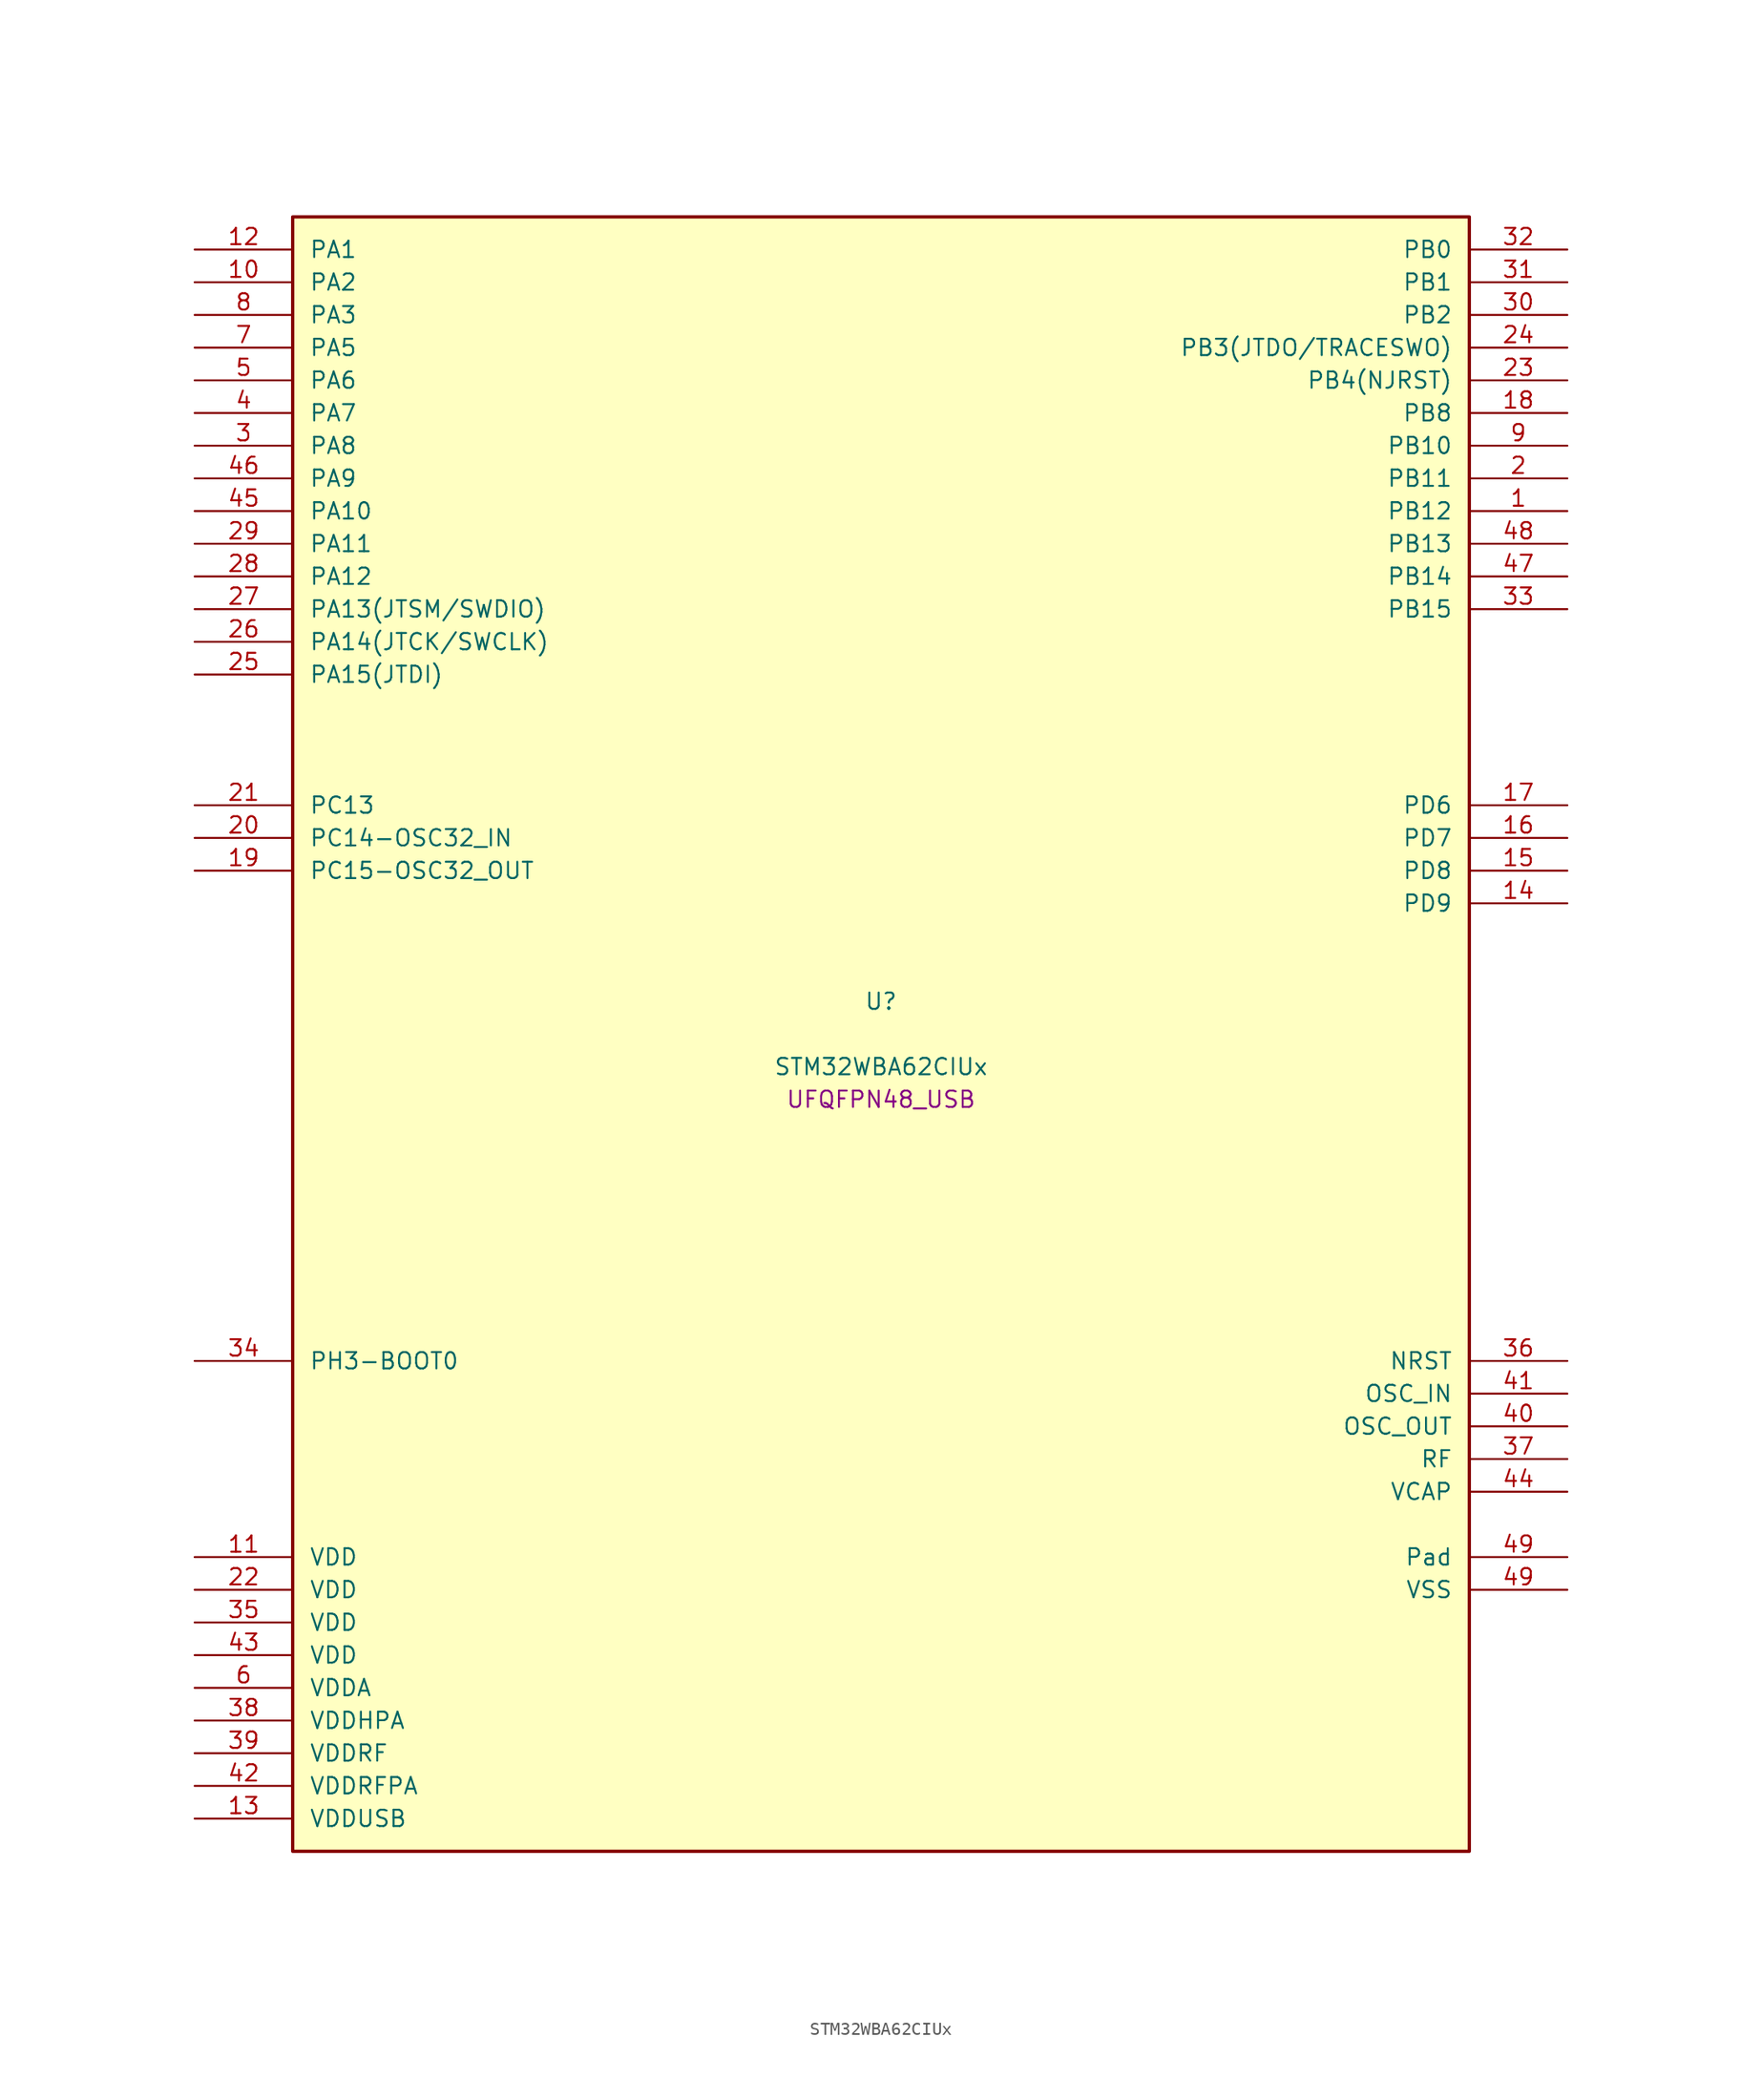
<source format=kicad_sym>
(kicad_symbol_lib
  (version 20241209)
  (generator "stm32_pkl_generator")
  (generator_version "1.0")
  (symbol "STM32WBA62CIUx"
    (pin_names
      (offset 1.27))
    (property "Reference" "U"
      (at 0 2.54 0))
    (property "Value" "STM32WBA62CIUx"
      (at 0 -2.54 0))
    (property "Footprint" "UFQFPN48_USB"
      (at 0 -5.08 0))
    (symbol "STM32WBA62CIUx_1_1"
      (rectangle (start -45.72 63.5) (end 45.72 -63.5) (stroke (width 0.254) (type solid)) (fill (type background)))
      (pin bidirectional line (at -53.34 60.96 0) (length 7.62) (name "PA1") (number "12") (alternate "PA1/ADC4_IN8" bidirectional line) (alternate "PA1/COMP1_INM" bidirectional line) (alternate "PA1/LPTIM2_CH2" bidirectional line) (alternate "PA1/LPUART1_RX" bidirectional line) (alternate "PA1/PWR_WKUP3" bidirectional line) (alternate "PA1/SAI1_CK1" bidirectional line) (alternate "PA1/SPI1_RDY" bidirectional line) (alternate "PA1/SPI3_MISO" bidirectional line) (alternate "PA1/TIM17_CH1" bidirectional line) (alternate "PA1/TIM1_CH1N" bidirectional line) (alternate "PA1/TIM3_CH2" bidirectional line) (alternate "PA1/TSC_G2_IO1" bidirectional line) (alternate "PA1/USART1_CK" bidirectional line))
      (pin bidirectional line (at -53.34 58.42 0) (length 7.62) (name "PA2") (number "10") (alternate "PA2/ADC4_IN7" bidirectional line) (alternate "PA2/COMP1_INP" bidirectional line) (alternate "PA2/LPUART1_TX" bidirectional line) (alternate "PA2/PWR_WKUP4" bidirectional line) (alternate "PA2/RCC_LSCO" bidirectional line) (alternate "PA2/SAI1_D1" bidirectional line) (alternate "PA2/TIM16_CH1" bidirectional line) (alternate "PA2/TIM1_BKIN" bidirectional line) (alternate "PA2/TIM3_CH1" bidirectional line) (alternate "PA2/TSC_G4_IO4" bidirectional line) (alternate "PA2/USART1_DE" bidirectional line) (alternate "PA2/USART1_RTS" bidirectional line))
      (pin bidirectional line (at -53.34 55.88 0) (length 7.62) (name "PA3") (number "8") (alternate "PA3/ADC4_IN6" bidirectional line) (alternate "PA3/PWR_WKUP5" bidirectional line) (alternate "PA3/TIM16_CH1N" bidirectional line) (alternate "PA3/TSC_G4_IO2" bidirectional line) (alternate "PA3/USART1_DE" bidirectional line) (alternate "PA3/USART1_RTS" bidirectional line))
      (pin bidirectional line (at -53.34 53.34 0) (length 7.62) (name "PA5") (number "7") (alternate "PA5/ADC4_IN4" bidirectional line) (alternate "PA5/AUDIOCLK" bidirectional line) (alternate "PA5/LPTIM2_ETR" bidirectional line) (alternate "PA5/PWR_CSLEEP" bidirectional line) (alternate "PA5/PWR_WKUP6" bidirectional line) (alternate "PA5/SAI1_D2" bidirectional line) (alternate "PA5/SPI3_NSS" bidirectional line) (alternate "PA5/TIM2_CH1" bidirectional line) (alternate "PA5/TIM2_ETR" bidirectional line) (alternate "PA5/TSC_G1_IO4" bidirectional line) (alternate "PA5/USART1_CK" bidirectional line) (alternate "PA5/USART3_RX" bidirectional line))
      (pin bidirectional line (at -53.34 50.8 0) (length 7.62) (name "PA6") (number "5") (alternate "PA6/ADC4_IN3" bidirectional line) (alternate "PA6/I2C3_SCL" bidirectional line) (alternate "PA6/PWR_CSTOP" bidirectional line) (alternate "PA6/PWR_WKUP7" bidirectional line) (alternate "PA6/SAI1_CK2" bidirectional line) (alternate "PA6/SAI1_MCLK_A" bidirectional line) (alternate "PA6/SPI3_RDY" bidirectional line) (alternate "PA6/TIM2_CH4" bidirectional line) (alternate "PA6/TSC_G1_IO3" bidirectional line) (alternate "PA6/USART1_DE" bidirectional line) (alternate "PA6/USART1_RTS" bidirectional line) (alternate "PA6/USART3_CTS" bidirectional line))
      (pin bidirectional line (at -53.34 48.26 0) (length 7.62) (name "PA7") (number "4") (alternate "PA7/ADC4_IN2" bidirectional line) (alternate "PA7/COMP1_OUT" bidirectional line) (alternate "PA7/I2C3_SDA" bidirectional line) (alternate "PA7/PWR_WKUP8" bidirectional line) (alternate "PA7/SAI1_SCK_A" bidirectional line) (alternate "PA7/SPI3_SCK" bidirectional line) (alternate "PA7/TAMP_IN1" bidirectional line) (alternate "PA7/TAMP_OUT2" bidirectional line) (alternate "PA7/TIM2_CH3" bidirectional line) (alternate "PA7/TSC_G1_IO2" bidirectional line) (alternate "PA7/USART1_CTS" bidirectional line) (alternate "PA7/USART3_TX" bidirectional line))
      (pin bidirectional line (at -53.34 45.72 0) (length 7.62) (name "PA8") (number "3") (alternate "PA8/ADC4_IN1" bidirectional line) (alternate "PA8/LPTIM1_CH2" bidirectional line) (alternate "PA8/RCC_MCO" bidirectional line) (alternate "PA8/SAI1_FS_A" bidirectional line) (alternate "PA8/SPI3_RDY" bidirectional line) (alternate "PA8/TIM2_CH2" bidirectional line) (alternate "PA8/TSC_G1_IO1" bidirectional line) (alternate "PA8/USART1_RX" bidirectional line) (alternate "PA8/USB_OTG_HS_SOF" bidirectional line))
      (pin bidirectional line (at -53.34 43.18 0) (length 7.62) (name "PA9") (number "46") (alternate "PA9/LPUART1_DE" bidirectional line) (alternate "PA9/LPUART1_RTS" bidirectional line) (alternate "PA9/SAI1_CK1" bidirectional line) (alternate "PA9/TIM3_CH2" bidirectional line))
      (pin bidirectional line (at -53.34 40.64 0) (length 7.62) (name "PA10") (number "45") (alternate "PA10/LPUART1_RX" bidirectional line) (alternate "PA10/SAI1_D1" bidirectional line) (alternate "PA10/TIM3_CH1" bidirectional line))
      (pin bidirectional line (at -53.34 38.1 0) (length 7.62) (name "PA11") (number "29") (alternate "PA11/LPTIM2_CH1" bidirectional line) (alternate "PA11/RF_ANTSW1" bidirectional line) (alternate "PA11/TIM1_CH1" bidirectional line) (alternate "PA11/USART2_RX" bidirectional line))
      (pin bidirectional line (at -53.34 35.56 0) (length 7.62) (name "PA12") (number "28") (alternate "PA12/PTA_STATUS" bidirectional line) (alternate "PA12/PWR_WKUP6" bidirectional line) (alternate "PA12/RF_ANTSW0" bidirectional line) (alternate "PA12/SPI1_NSS" bidirectional line) (alternate "PA12/TIM1_CH2" bidirectional line) (alternate "PA12/TSC_G3_IO4" bidirectional line) (alternate "PA12/USART2_TX" bidirectional line))
      (pin bidirectional line (at -53.34 33.02 0) (length 7.62) (name "PA13(JTSM/SWDIO)") (number "27") (alternate "PA13(JTSM/SWDIO)/DEBUG_JTMS-SWDIO" bidirectional line) (alternate "PA13(JTSM/SWDIO)/PTA_PRIORITY" bidirectional line))
      (pin bidirectional line (at -53.34 30.48 0) (length 7.62) (name "PA14(JTCK/SWCLK)") (number "26") (alternate "PA14(JTCK/SWCLK)/DEBUG_JTCK-SWCLK" bidirectional line) (alternate "PA14(JTCK/SWCLK)/I2C4_SMBA" bidirectional line) (alternate "PA14(JTCK/SWCLK)/PTA_STATUS" bidirectional line) (alternate "PA14(JTCK/SWCLK)/TAMP_IN3" bidirectional line) (alternate "PA14(JTCK/SWCLK)/TAMP_OUT6" bidirectional line) (alternate "PA14(JTCK/SWCLK)/USART2_TX" bidirectional line) (alternate "PA14(JTCK/SWCLK)/USB_OTG_HS_SOF" bidirectional line))
      (pin bidirectional line (at -53.34 27.94 0) (length 7.62) (name "PA15(JTDI)") (number "25") (alternate "PA15(JTDI)/ADC4_EXTI15" bidirectional line) (alternate "PA15(JTDI)/DEBUG_JTDI" bidirectional line) (alternate "PA15(JTDI)/I2C1_SCL" bidirectional line) (alternate "PA15(JTDI)/LPTIM1_CH2" bidirectional line) (alternate "PA15(JTDI)/PTA_STATUS" bidirectional line) (alternate "PA15(JTDI)/SPI1_MOSI" bidirectional line) (alternate "PA15(JTDI)/TIM17_BKIN" bidirectional line) (alternate "PA15(JTDI)/TIM1_ETR" bidirectional line) (alternate "PA15(JTDI)/TSC_G3_IO3" bidirectional line) (alternate "PA15(JTDI)/USART2_DE" bidirectional line) (alternate "PA15(JTDI)/USART2_RTS" bidirectional line) (alternate "PA15(JTDI)/USART3_DE" bidirectional line) (alternate "PA15(JTDI)/USART3_RTS" bidirectional line))
      (pin bidirectional line (at 53.34 60.96 180) (length 7.62) (name "PB0") (number "32") (alternate "PB0/LPTIM2_IN2" bidirectional line) (alternate "PB0/TIM1_CH3N" bidirectional line) (alternate "PB0/USART2_TX" bidirectional line) (alternate "PB0/USART3_CK" bidirectional line))
      (pin bidirectional line (at 53.34 58.42 180) (length 7.62) (name "PB1") (number "31") (alternate "PB1/I2C1_SDA" bidirectional line) (alternate "PB1/I2C3_SDA" bidirectional line) (alternate "PB1/PWR_WKUP4" bidirectional line) (alternate "PB1/TIM1_CH2N" bidirectional line) (alternate "PB1/USART2_DE" bidirectional line) (alternate "PB1/USART2_RTS" bidirectional line) (alternate "PB1/USART3_DE" bidirectional line) (alternate "PB1/USART3_RTS" bidirectional line))
      (pin bidirectional line (at 53.34 55.88 180) (length 7.62) (name "PB2") (number "30") (alternate "PB2/I2C1_SCL" bidirectional line) (alternate "PB2/I2C3_SCL" bidirectional line) (alternate "PB2/PWR_WKUP1" bidirectional line) (alternate "PB2/RF_ANTSW2" bidirectional line) (alternate "PB2/RTC_OUT2" bidirectional line) (alternate "PB2/TIM1_CH1N" bidirectional line) (alternate "PB2/USART2_CTS" bidirectional line))
      (pin bidirectional line (at 53.34 53.34 180) (length 7.62) (name "PB3(JTDO/TRACESWO)") (number "24") (alternate "PB3(JTDO/TRACESWO)/DEBUG_JTDO-SWO" bidirectional line) (alternate "PB3(JTDO/TRACESWO)/I2C1_SDA" bidirectional line) (alternate "PB3(JTDO/TRACESWO)/LPTIM1_IN2" bidirectional line) (alternate "PB3(JTDO/TRACESWO)/PTA_ACTIVE" bidirectional line) (alternate "PB3(JTDO/TRACESWO)/SPI1_MISO" bidirectional line) (alternate "PB3(JTDO/TRACESWO)/TIM17_CH1N" bidirectional line) (alternate "PB3(JTDO/TRACESWO)/TIM1_CH4" bidirectional line) (alternate "PB3(JTDO/TRACESWO)/TSC_G3_IO2" bidirectional line) (alternate "PB3(JTDO/TRACESWO)/USART2_CK" bidirectional line))
      (pin bidirectional line (at 53.34 50.8 180) (length 7.62) (name "PB4(NJRST)") (number "23") (alternate "PB4(NJRST)/DEBUG_NJTRST" bidirectional line) (alternate "PB4(NJRST)/LPTIM2_IN2" bidirectional line) (alternate "PB4(NJRST)/PTA_ACTIVE" bidirectional line) (alternate "PB4(NJRST)/PTA_PRIORITY" bidirectional line) (alternate "PB4(NJRST)/SAI1_MCLK_B" bidirectional line) (alternate "PB4(NJRST)/SPI1_SCK" bidirectional line) (alternate "PB4(NJRST)/TIM17_CH1" bidirectional line) (alternate "PB4(NJRST)/TIM1_CH3" bidirectional line) (alternate "PB4(NJRST)/TSC_G3_IO1" bidirectional line) (alternate "PB4(NJRST)/USART2_RX" bidirectional line))
      (pin bidirectional line (at 53.34 48.26 180) (length 7.62) (name "PB8") (number "18") (alternate "PB8/COMP1_OUT" bidirectional line) (alternate "PB8/LPTIM1_ETR" bidirectional line) (alternate "PB8/PWR_PVD_IN" bidirectional line) (alternate "PB8/SPI3_MOSI" bidirectional line) (alternate "PB8/TIM16_CH1N" bidirectional line) (alternate "PB8/TIM1_CH1" bidirectional line) (alternate "PB8/TIM3_ETR" bidirectional line) (alternate "PB8/TIM4_CH3" bidirectional line) (alternate "PB8/TSC_G2_IO4" bidirectional line) (alternate "PB8/USART2_RX" bidirectional line))
      (pin bidirectional line (at 53.34 45.72 180) (length 7.62) (name "PB10") (number "9") (alternate "PB10/I2C2_SCL" bidirectional line) (alternate "PB10/I2C4_SCL" bidirectional line) (alternate "PB10/TIM16_BKIN" bidirectional line) (alternate "PB10/TSC_G4_IO3" bidirectional line) (alternate "PB10/USART1_CK" bidirectional line) (alternate "PB10/USART3_TX" bidirectional line))
      (pin bidirectional line (at 53.34 43.18 180) (length 7.62) (name "PB11") (number "2") (alternate "PB11/I2C2_SDA" bidirectional line) (alternate "PB11/I2C4_SDA" bidirectional line) (alternate "PB11/LPTIM1_CH1" bidirectional line) (alternate "PB11/LPTIM1_ETR" bidirectional line) (alternate "PB11/LPUART1_TX" bidirectional line) (alternate "PB11/USART3_RX" bidirectional line))
      (pin bidirectional line (at 53.34 40.64 180) (length 7.62) (name "PB12") (number "1") (alternate "PB12/I2C2_SMBA" bidirectional line) (alternate "PB12/SAI1_SD_A" bidirectional line) (alternate "PB12/SPI1_RDY" bidirectional line) (alternate "PB12/TIM2_CH1" bidirectional line) (alternate "PB12/TIM2_ETR" bidirectional line) (alternate "PB12/TIM3_ETR" bidirectional line) (alternate "PB12/TSC_SYNC" bidirectional line) (alternate "PB12/USART1_TX" bidirectional line) (alternate "PB12/USART3_CK" bidirectional line))
      (pin bidirectional line (at 53.34 38.1 180) (length 7.62) (name "PB13") (number "48") (alternate "PB13/I2C2_SCL" bidirectional line) (alternate "PB13/TIM3_CH4" bidirectional line) (alternate "PB13/TSC_G6_IO2" bidirectional line) (alternate "PB13/USART3_CTS" bidirectional line))
      (pin bidirectional line (at 53.34 35.56 180) (length 7.62) (name "PB14") (number "47") (alternate "PB14/I2C2_SDA" bidirectional line) (alternate "PB14/PWR_WKUP7" bidirectional line) (alternate "PB14/RTC_REFIN" bidirectional line) (alternate "PB14/SAI1_SD_A" bidirectional line) (alternate "PB14/TIM3_CH3" bidirectional line) (alternate "PB14/TSC_G6_IO1" bidirectional line) (alternate "PB14/USART1_TX" bidirectional line) (alternate "PB14/USART3_DE" bidirectional line) (alternate "PB14/USART3_RTS" bidirectional line))
      (pin bidirectional line (at 53.34 33.02 180) (length 7.62) (name "PB15") (number "33") (alternate "PB15/ADC4_EXTI15" bidirectional line) (alternate "PB15/I2C1_SMBA" bidirectional line) (alternate "PB15/I2C3_SMBA" bidirectional line) (alternate "PB15/LPUART1_CTS" bidirectional line) (alternate "PB15/PTA_GRANT" bidirectional line) (alternate "PB15/RF_EXTPABYP" bidirectional line) (alternate "PB15/TIM16_BKIN" bidirectional line) (alternate "PB15/TIM1_BKIN2" bidirectional line) (alternate "PB15/USART2_CTS" bidirectional line))
      (pin bidirectional line (at -53.34 17.78 0) (length 7.62) (name "PC13") (number "21") (alternate "PC13/PWR_WKUP2" bidirectional line) (alternate "PC13/RTC_OUT1" bidirectional line) (alternate "PC13/RTC_TS" bidirectional line) (alternate "PC13/TAMP_IN4" bidirectional line) (alternate "PC13/TAMP_OUT5" bidirectional line) (alternate "PC13/TIM1_BKIN2" bidirectional line) (alternate "PC13/TSC_G5_IO1" bidirectional line))
      (pin bidirectional line (at -53.34 15.24 0) (length 7.62) (name "PC14-OSC32_IN") (number "20") (alternate "PC14-OSC32_IN/RCC_OSC32_IN" bidirectional line))
      (pin bidirectional line (at -53.34 12.7 0) (length 7.62) (name "PC15-OSC32_OUT") (number "19") (alternate "PC15-OSC32_OUT/ADC4_EXTI15" bidirectional line) (alternate "PC15-OSC32_OUT/RCC_OSC32_OUT" bidirectional line))
      (pin bidirectional line (at 53.34 17.78 180) (length 7.62) (name "PD6") (number "17") (alternate "PD6/USB_OTG_HS_DP" bidirectional line))
      (pin bidirectional line (at 53.34 15.24 180) (length 7.62) (name "PD7") (number "16") (alternate "PD7/USB_OTG_HS_DM" bidirectional line))
      (pin bidirectional line (at 53.34 12.7 180) (length 7.62) (name "PD8") (number "15") (alternate "PD8/USART2_CK" bidirectional line) (alternate "PD8/USB_OTG_HS_ID" bidirectional line))
      (pin bidirectional line (at 53.34 10.16 180) (length 7.62) (name "PD9") (number "14") (alternate "PD9/USART2_TX" bidirectional line) (alternate "PD9/USART3_TX" bidirectional line) (alternate "PD9/USB_OTG_HS_VBUS" bidirectional line))
      (pin bidirectional line (at -53.34 -25.4 0) (length 7.62) (name "PH3-BOOT0") (number "34") (alternate "PH3-BOOT0/PTA_GRANT" bidirectional line) (alternate "PH3-BOOT0/RF_EXTPABYP" bidirectional line) (alternate "PH3-BOOT0/TAMP_IN2" bidirectional line) (alternate "PH3-BOOT0/TAMP_OUT1" bidirectional line))
      (pin input line (at 53.34 -25.4 180) (length 7.62) (name "NRST") (number "36"))
      (pin bidirectional line (at 53.34 -27.94 180) (length 7.62) (name "OSC_IN") (number "41") (alternate "OSC_IN/RCC_OSC_IN" bidirectional line))
      (pin bidirectional line (at 53.34 -30.48 180) (length 7.62) (name "OSC_OUT") (number "40") (alternate "OSC_OUT/RCC_OSC_OUT" bidirectional line))
      (pin bidirectional line (at 53.34 -33.02 180) (length 7.62) (name "RF") (number "37"))
      (pin power_in line (at 53.34 -35.56 180) (length 7.62) (name "VCAP") (number "44"))
      (pin power_in line (at -53.34 -40.64 0) (length 7.62) (name "VDD") (number "11"))
      (pin power_in line (at -53.34 -43.18 0) (length 7.62) (name "VDD") (number "22"))
      (pin power_in line (at -53.34 -45.72 0) (length 7.62) (name "VDD") (number "35"))
      (pin power_in line (at -53.34 -48.26 0) (length 7.62) (name "VDD") (number "43"))
      (pin power_in line (at -53.34 -50.8 0) (length 7.62) (name "VDDA") (number "6"))
      (pin power_in line (at -53.34 -53.34 0) (length 7.62) (name "VDDHPA") (number "38"))
      (pin power_in line (at -53.34 -55.88 0) (length 7.62) (name "VDDRF") (number "39"))
      (pin power_in line (at -53.34 -58.42 0) (length 7.62) (name "VDDRFPA") (number "42"))
      (pin power_in line (at -53.34 -60.96 0) (length 7.62) (name "VDDUSB") (number "13"))
      (pin passive line (at 53.34 -40.64 180) (length 7.62) (name "Pad") (number "49"))
      (pin power_in line (at 53.34 -43.18 180) (length 7.62) (name "VSS") (number "49")))))
</source>
